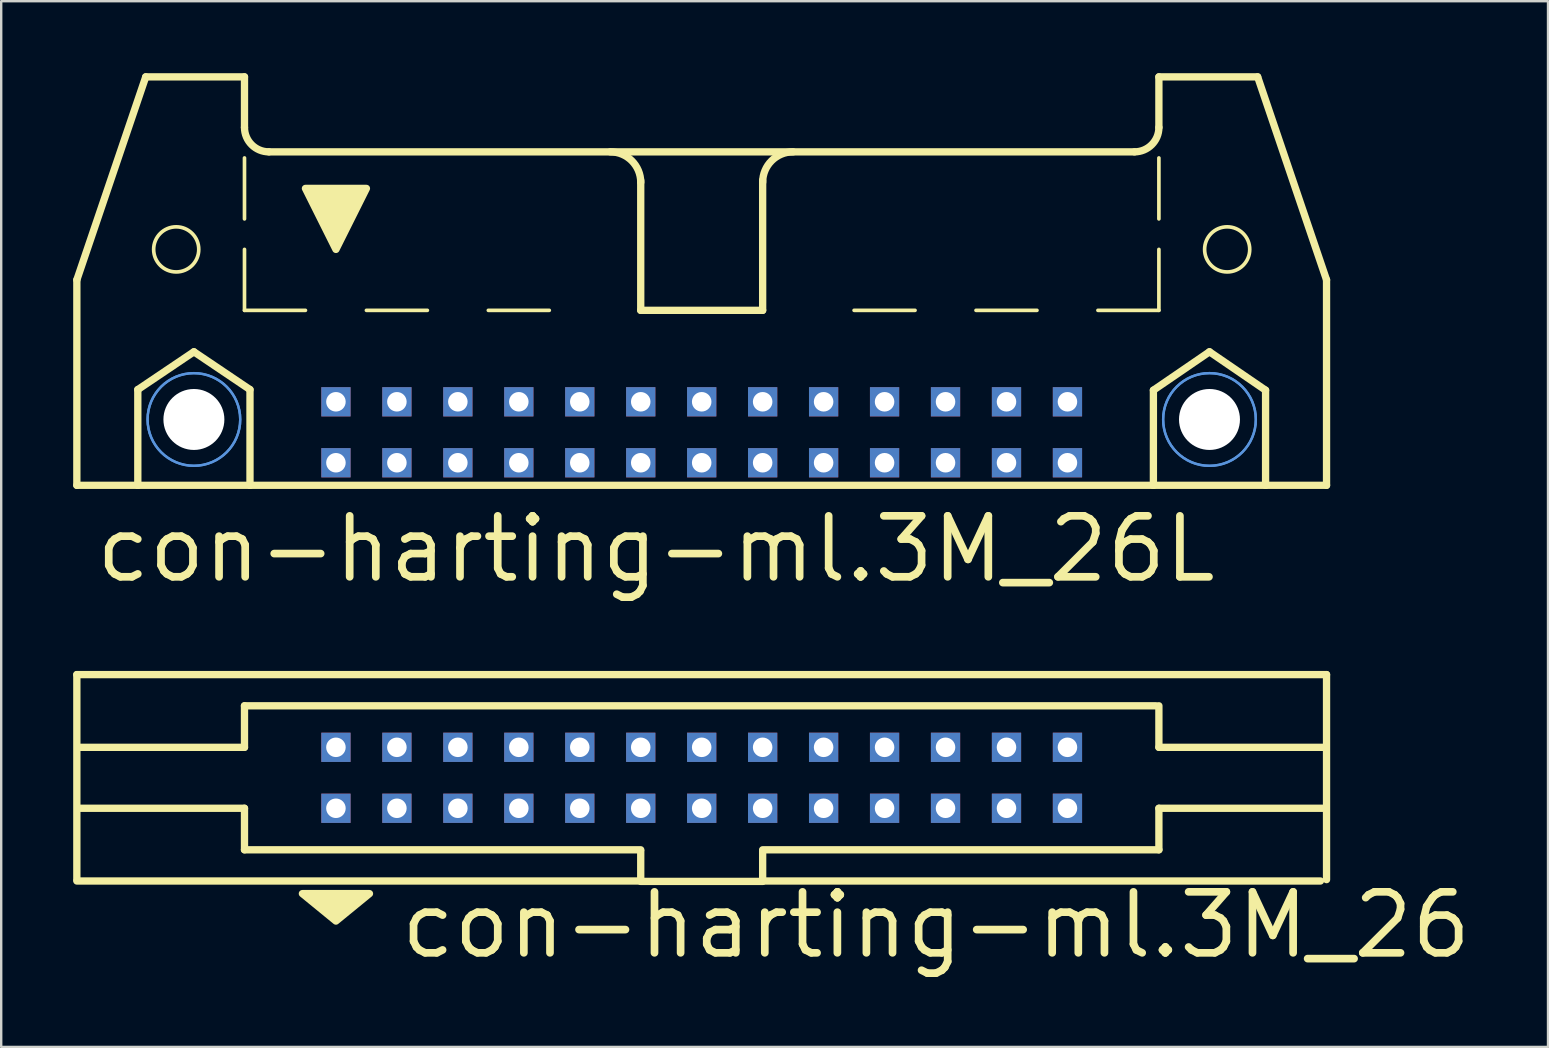
<source format=kicad_pcb>
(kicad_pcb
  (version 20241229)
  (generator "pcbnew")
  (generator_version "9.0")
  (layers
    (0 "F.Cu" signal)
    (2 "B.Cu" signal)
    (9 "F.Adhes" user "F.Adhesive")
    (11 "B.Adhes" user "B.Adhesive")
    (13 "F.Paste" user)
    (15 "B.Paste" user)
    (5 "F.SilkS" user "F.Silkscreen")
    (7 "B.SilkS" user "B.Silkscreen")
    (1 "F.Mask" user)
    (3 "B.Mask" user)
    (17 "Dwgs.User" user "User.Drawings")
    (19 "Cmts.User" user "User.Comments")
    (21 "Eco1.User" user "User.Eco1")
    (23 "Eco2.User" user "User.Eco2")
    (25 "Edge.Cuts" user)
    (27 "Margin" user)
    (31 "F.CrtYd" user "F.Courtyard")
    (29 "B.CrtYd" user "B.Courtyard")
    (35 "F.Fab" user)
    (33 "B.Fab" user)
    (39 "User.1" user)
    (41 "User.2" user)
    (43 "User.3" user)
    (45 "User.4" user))
  (footprint "con-harting-ml.3M_26"
    (layer "F.Cu")
    (at 26.187 29.358)
    (property "Reference" "con-harting-ml.3M_26" (at -12.7 7.62 0) (layer "F.SilkS") (effects (font (size 2.54 2.54) (thickness 0.32)) (justify left bottom)))
    (attr through_hole)
    (fp_line (start -26.035 -4.3) (end -26.035 4.242) (stroke (width 0.305) (type default)) (layer "F.SilkS"))
    (fp_line (start -26.035 4.3) (end -2.54 4.3) (stroke (width 0.305) (type default)) (layer "F.SilkS"))
    (fp_line (start -19.05 -1.27) (end -25.908 -1.27) (stroke (width 0.305) (type default)) (layer "F.SilkS"))
    (fp_line (start -19.05 -1.27) (end -19.05 -3) (stroke (width 0.305) (type default)) (layer "F.SilkS"))
    (fp_line (start -19.05 1.27) (end -25.908 1.27) (stroke (width 0.305) (type default)) (layer "F.SilkS"))
    (fp_line (start -19.05 3) (end -19.05 1.27) (stroke (width 0.305) (type default)) (layer "F.SilkS"))
    (fp_line (start -2.54 3) (end -19.05 3) (stroke (width 0.305) (type default)) (layer "F.SilkS"))
    (fp_line (start -2.54 4.3) (end -2.54 3.048) (stroke (width 0.305) (type default)) (layer "F.SilkS"))
    (fp_line (start -2.54 4.318) (end 2.54 4.318) (stroke (width 0.305) (type default)) (layer "F.SilkS"))
    (fp_line (start 2.54 3.048) (end 2.54 4.3) (stroke (width 0.305) (type default)) (layer "F.SilkS"))
    (fp_line (start 2.54 4.3) (end 25.781 4.3) (stroke (width 0.305) (type default)) (layer "F.SilkS"))
    (fp_line (start 18.923 -3) (end -19.05 -3) (stroke (width 0.305) (type default)) (layer "F.SilkS"))
    (fp_line (start 19.05 -1.27) (end 19.05 -3) (stroke (width 0.305) (type default)) (layer "F.SilkS"))
    (fp_line (start 19.05 -1.27) (end 25.908 -1.27) (stroke (width 0.305) (type default)) (layer "F.SilkS"))
    (fp_line (start 19.05 1.27) (end 25.908 1.27) (stroke (width 0.305) (type default)) (layer "F.SilkS"))
    (fp_line (start 19.05 3) (end 2.54 3) (stroke (width 0.305) (type default)) (layer "F.SilkS"))
    (fp_line (start 19.05 3) (end 19.05 1.27) (stroke (width 0.305) (type default)) (layer "F.SilkS"))
    (fp_line (start 26.035 -4.3) (end -26.035 -4.3) (stroke (width 0.305) (type default)) (layer "F.SilkS"))
    (fp_line (start 26.035 4.242) (end 26.035 -4.3) (stroke (width 0.305) (type default)) (layer "F.SilkS"))
    (fp_poly (pts (xy -16.637 4.826) (xy -13.843 4.826) (xy -15.24 5.969)) (stroke (width 0.305) (type default)) (fill yes) (layer "F.SilkS"))
    (pad "1" thru_hole rect (at -15.24 1.27) (size 1.219 1.219) (drill 0.813) (layers "*.Cu" "*.Mask"))
    (pad "2" thru_hole rect (at -15.24 -1.27) (size 1.219 1.219) (drill 0.813) (layers "*.Cu" "*.Mask"))
    (pad "3" thru_hole rect (at -12.7 1.27) (size 1.219 1.219) (drill 0.813) (layers "*.Cu" "*.Mask"))
    (pad "4" thru_hole rect (at -12.7 -1.27) (size 1.219 1.219) (drill 0.813) (layers "*.Cu" "*.Mask"))
    (pad "5" thru_hole rect (at -10.16 1.27) (size 1.219 1.219) (drill 0.813) (layers "*.Cu" "*.Mask"))
    (pad "6" thru_hole rect (at -10.16 -1.27) (size 1.219 1.219) (drill 0.813) (layers "*.Cu" "*.Mask"))
    (pad "7" thru_hole rect (at -7.62 1.27) (size 1.219 1.219) (drill 0.813) (layers "*.Cu" "*.Mask"))
    (pad "8" thru_hole rect (at -7.62 -1.27) (size 1.219 1.219) (drill 0.813) (layers "*.Cu" "*.Mask"))
    (pad "9" thru_hole rect (at -5.08 1.27) (size 1.219 1.219) (drill 0.813) (layers "*.Cu" "*.Mask"))
    (pad "10" thru_hole rect (at -5.08 -1.27) (size 1.219 1.219) (drill 0.813) (layers "*.Cu" "*.Mask"))
    (pad "11" thru_hole rect (at -2.54 1.27) (size 1.219 1.219) (drill 0.813) (layers "*.Cu" "*.Mask"))
    (pad "12" thru_hole rect (at -2.54 -1.27) (size 1.219 1.219) (drill 0.813) (layers "*.Cu" "*.Mask"))
    (pad "13" thru_hole rect (at 0 1.27) (size 1.219 1.219) (drill 0.813) (layers "*.Cu" "*.Mask"))
    (pad "14" thru_hole rect (at 0 -1.27) (size 1.219 1.219) (drill 0.813) (layers "*.Cu" "*.Mask"))
    (pad "15" thru_hole rect (at 2.54 1.27) (size 1.219 1.219) (drill 0.813) (layers "*.Cu" "*.Mask"))
    (pad "16" thru_hole rect (at 2.54 -1.27) (size 1.219 1.219) (drill 0.813) (layers "*.Cu" "*.Mask"))
    (pad "17" thru_hole rect (at 5.08 1.27) (size 1.219 1.219) (drill 0.813) (layers "*.Cu" "*.Mask"))
    (pad "18" thru_hole rect (at 5.08 -1.27) (size 1.219 1.219) (drill 0.813) (layers "*.Cu" "*.Mask"))
    (pad "19" thru_hole rect (at 7.62 1.27) (size 1.219 1.219) (drill 0.813) (layers "*.Cu" "*.Mask"))
    (pad "20" thru_hole rect (at 7.62 -1.27) (size 1.219 1.219) (drill 0.813) (layers "*.Cu" "*.Mask"))
    (pad "21" thru_hole rect (at 10.16 1.27) (size 1.219 1.219) (drill 0.813) (layers "*.Cu" "*.Mask"))
    (pad "22" thru_hole rect (at 10.16 -1.27) (size 1.219 1.219) (drill 0.813) (layers "*.Cu" "*.Mask"))
    (pad "23" thru_hole rect (at 12.7 1.27) (size 1.219 1.219) (drill 0.813) (layers "*.Cu" "*.Mask"))
    (pad "24" thru_hole rect (at 12.7 -1.27) (size 1.219 1.219) (drill 0.813) (layers "*.Cu" "*.Mask"))
    (pad "25" thru_hole rect (at 15.24 1.27) (size 1.219 1.219) (drill 0.813) (layers "*.Cu" "*.Mask"))
    (pad "26" thru_hole rect (at 15.24 -1.27) (size 1.219 1.219) (drill 0.813) (layers "*.Cu" "*.Mask")))
  (footprint "con-harting-ml.3M_26L"
    (layer "F.Cu")
    (at 26.187 11.151)
    (property "Reference" "con-harting-ml.3M_26L" (at -25.4 10.16 0) (layer "F.SilkS") (effects (font (size 2.54 2.54) (thickness 0.32)) (justify left bottom)))
    (attr through_hole)
    (fp_line (start -26.035 -2.54) (end -26.035 6.02) (stroke (width 0.305) (type default)) (layer "F.SilkS"))
    (fp_line (start -26.035 -2.54) (end -23.165 -10.998) (stroke (width 0.305) (type default)) (layer "F.SilkS"))
    (fp_line (start -26.035 6.02) (end -23.495 6.02) (stroke (width 0.305) (type default)) (layer "F.SilkS"))
    (fp_line (start -23.495 2.032) (end -21.158 0.457) (stroke (width 0.305) (type default)) (layer "F.SilkS"))
    (fp_line (start -23.495 6.02) (end -23.495 2.032) (stroke (width 0.305) (type default)) (layer "F.SilkS"))
    (fp_line (start -23.495 6.02) (end -18.821 6.02) (stroke (width 0.305) (type default)) (layer "F.SilkS"))
    (fp_line (start -21.158 0.457) (end -18.821 2.032) (stroke (width 0.305) (type default)) (layer "F.SilkS"))
    (fp_line (start -19.05 -10.998) (end -23.165 -10.998) (stroke (width 0.305) (type default)) (layer "F.SilkS"))
    (fp_line (start -19.05 -8.89) (end -19.05 -10.998) (stroke (width 0.305) (type default)) (layer "F.SilkS"))
    (fp_line (start -19.05 -5.08) (end -19.05 -7.62) (stroke (width 0.152) (type default)) (layer "F.SilkS"))
    (fp_line (start -19.05 -1.27) (end -19.05 -3.81) (stroke (width 0.152) (type default)) (layer "F.SilkS"))
    (fp_line (start -19.05 -1.27) (end -16.51 -1.27) (stroke (width 0.152) (type default)) (layer "F.SilkS"))
    (fp_line (start -18.821 2.032) (end -18.821 6.02) (stroke (width 0.305) (type default)) (layer "F.SilkS"))
    (fp_line (start -18.821 6.02) (end 18.821 6.02) (stroke (width 0.305) (type default)) (layer "F.SilkS"))
    (fp_line (start -18.034 -7.874) (end 18.034 -7.874) (stroke (width 0.305) (type default)) (layer "F.SilkS"))
    (fp_line (start -13.97 -1.27) (end -11.43 -1.27) (stroke (width 0.152) (type default)) (layer "F.SilkS"))
    (fp_line (start -8.89 -1.27) (end -6.35 -1.27) (stroke (width 0.152) (type default)) (layer "F.SilkS"))
    (fp_line (start -2.54 -1.27) (end -2.54 -6.68) (stroke (width 0.305) (type default)) (layer "F.SilkS"))
    (fp_line (start 0 -1.27) (end 2.54 -1.27) (stroke (width 0.152) (type default)) (layer "F.SilkS"))
    (fp_line (start 2.54 -1.27) (end -2.54 -1.27) (stroke (width 0.305) (type default)) (layer "F.SilkS"))
    (fp_line (start 2.54 -1.27) (end 2.54 -6.68) (stroke (width 0.305) (type default)) (layer "F.SilkS"))
    (fp_line (start 8.89 -1.27) (end 6.35 -1.27) (stroke (width 0.152) (type default)) (layer "F.SilkS"))
    (fp_line (start 13.97 -1.27) (end 11.43 -1.27) (stroke (width 0.152) (type default)) (layer "F.SilkS"))
    (fp_line (start 18.821 2.057) (end 21.158 0.457) (stroke (width 0.305) (type default)) (layer "F.SilkS"))
    (fp_line (start 18.821 6.02) (end 18.821 2.057) (stroke (width 0.305) (type default)) (layer "F.SilkS"))
    (fp_line (start 18.821 6.02) (end 23.495 6.02) (stroke (width 0.305) (type default)) (layer "F.SilkS"))
    (fp_line (start 19.05 -10.998) (end 23.165 -10.998) (stroke (width 0.305) (type default)) (layer "F.SilkS"))
    (fp_line (start 19.05 -8.89) (end 19.05 -10.998) (stroke (width 0.305) (type default)) (layer "F.SilkS"))
    (fp_line (start 19.05 -5.08) (end 19.05 -7.62) (stroke (width 0.152) (type default)) (layer "F.SilkS"))
    (fp_line (start 19.05 -1.27) (end 16.51 -1.27) (stroke (width 0.152) (type default)) (layer "F.SilkS"))
    (fp_line (start 19.05 -1.27) (end 19.05 -3.81) (stroke (width 0.152) (type default)) (layer "F.SilkS"))
    (fp_line (start 21.158 0.457) (end 23.495 2.057) (stroke (width 0.305) (type default)) (layer "F.SilkS"))
    (fp_line (start 23.495 2.057) (end 23.495 6.02) (stroke (width 0.305) (type default)) (layer "F.SilkS"))
    (fp_line (start 23.495 6.02) (end 26.035 6.02) (stroke (width 0.305) (type default)) (layer "F.SilkS"))
    (fp_line (start 26.035 -2.54) (end 23.165 -10.998) (stroke (width 0.305) (type default)) (layer "F.SilkS"))
    (fp_line (start 26.035 6.02) (end 26.035 -2.54) (stroke (width 0.305) (type default)) (layer "F.SilkS"))
    (fp_arc (start -18.034 -7.874) (mid -18.75242 -8.17158) (end -19.05 -8.89) (stroke (width 0.3048) (type default)) (layer "F.SilkS"))
    (fp_arc (start -3.81 -7.874) (mid -2.911974 -7.502026) (end -2.54 -6.604) (stroke (width 0.3048) (type default)) (layer "F.SilkS"))
    (fp_arc (start 2.54 -6.604) (mid 2.911974 -7.502026) (end 3.81 -7.874) (stroke (width 0.3048) (type default)) (layer "F.SilkS"))
    (fp_arc (start 19.05 -8.89) (mid 18.75242 -8.17158) (end 18.034 -7.874) (stroke (width 0.3048) (type default)) (layer "F.SilkS"))
    (fp_circle (center -21.895 -3.81) (end -20.955 -3.81) (stroke (width 0.152) (type default)) (fill no) (layer "F.SilkS"))
    (fp_circle (center 21.895 -3.81) (end 22.835 -3.81) (stroke (width 0.152) (type default)) (fill no) (layer "F.SilkS"))
    (fp_poly (pts (xy -16.51 -6.35) (xy -13.97 -6.35) (xy -15.24 -3.81)) (stroke (width 0.305) (type default)) (fill yes) (layer "F.SilkS"))
    (fp_circle (center -21.158 3.277) (end -19.228 3.277) (stroke (width 0.1) (type default)) (fill no) (layer "Cmts.User"))
    (fp_circle (center -21.158 3.277) (end -19.228 3.277) (stroke (width 0.1) (type default)) (fill no) (layer "Cmts.User"))
    (fp_circle (center 21.158 3.277) (end 23.089 3.277) (stroke (width 0.1) (type default)) (fill no) (layer "Cmts.User"))
    (fp_circle (center 21.158 3.277) (end 23.089 3.277) (stroke (width 0.1) (type default)) (fill no) (layer "Cmts.User"))
    (pad "" np_thru_hole circle (at -21.158 3.277) (size 2.54 2.54) (drill 2.54) (layers "*.Cu" "*.Mask"))
    (pad "" np_thru_hole circle (at 21.158 3.277) (size 2.54 2.54) (drill 2.54) (layers "*.Cu" "*.Mask"))
    (pad "1" thru_hole rect (at -15.24 5.08) (size 1.219 1.219) (drill 0.813) (layers "*.Cu" "*.Mask"))
    (pad "2" thru_hole rect (at -15.24 2.54) (size 1.219 1.219) (drill 0.813) (layers "*.Cu" "*.Mask"))
    (pad "3" thru_hole rect (at -12.7 5.08) (size 1.219 1.219) (drill 0.813) (layers "*.Cu" "*.Mask"))
    (pad "4" thru_hole rect (at -12.7 2.54) (size 1.219 1.219) (drill 0.813) (layers "*.Cu" "*.Mask"))
    (pad "5" thru_hole rect (at -10.16 5.08) (size 1.219 1.219) (drill 0.813) (layers "*.Cu" "*.Mask"))
    (pad "6" thru_hole rect (at -10.16 2.54) (size 1.219 1.219) (drill 0.813) (layers "*.Cu" "*.Mask"))
    (pad "7" thru_hole rect (at -7.62 5.08) (size 1.219 1.219) (drill 0.813) (layers "*.Cu" "*.Mask"))
    (pad "8" thru_hole rect (at -7.62 2.54) (size 1.219 1.219) (drill 0.813) (layers "*.Cu" "*.Mask"))
    (pad "9" thru_hole rect (at -5.08 5.08) (size 1.219 1.219) (drill 0.813) (layers "*.Cu" "*.Mask"))
    (pad "10" thru_hole rect (at -5.08 2.54) (size 1.219 1.219) (drill 0.813) (layers "*.Cu" "*.Mask"))
    (pad "11" thru_hole rect (at -2.54 5.08) (size 1.219 1.219) (drill 0.813) (layers "*.Cu" "*.Mask"))
    (pad "12" thru_hole rect (at -2.54 2.54) (size 1.219 1.219) (drill 0.813) (layers "*.Cu" "*.Mask"))
    (pad "13" thru_hole rect (at 0 5.08) (size 1.219 1.219) (drill 0.813) (layers "*.Cu" "*.Mask"))
    (pad "14" thru_hole rect (at 0 2.54) (size 1.219 1.219) (drill 0.813) (layers "*.Cu" "*.Mask"))
    (pad "15" thru_hole rect (at 2.54 5.08) (size 1.219 1.219) (drill 0.813) (layers "*.Cu" "*.Mask"))
    (pad "16" thru_hole rect (at 2.54 2.54) (size 1.219 1.219) (drill 0.813) (layers "*.Cu" "*.Mask"))
    (pad "17" thru_hole rect (at 5.08 5.08) (size 1.219 1.219) (drill 0.813) (layers "*.Cu" "*.Mask"))
    (pad "18" thru_hole rect (at 5.08 2.54) (size 1.219 1.219) (drill 0.813) (layers "*.Cu" "*.Mask"))
    (pad "19" thru_hole rect (at 7.62 5.08) (size 1.219 1.219) (drill 0.813) (layers "*.Cu" "*.Mask"))
    (pad "20" thru_hole rect (at 7.62 2.54) (size 1.219 1.219) (drill 0.813) (layers "*.Cu" "*.Mask"))
    (pad "21" thru_hole rect (at 10.16 5.08) (size 1.219 1.219) (drill 0.813) (layers "*.Cu" "*.Mask"))
    (pad "22" thru_hole rect (at 10.16 2.54) (size 1.219 1.219) (drill 0.813) (layers "*.Cu" "*.Mask"))
    (pad "23" thru_hole rect (at 12.7 5.08) (size 1.219 1.219) (drill 0.813) (layers "*.Cu" "*.Mask"))
    (pad "24" thru_hole rect (at 12.7 2.54) (size 1.219 1.219) (drill 0.813) (layers "*.Cu" "*.Mask"))
    (pad "25" thru_hole rect (at 15.24 5.08) (size 1.219 1.219) (drill 0.813) (layers "*.Cu" "*.Mask"))
    (pad "26" thru_hole rect (at 15.24 2.54) (size 1.219 1.219) (drill 0.813) (layers "*.Cu" "*.Mask")))
  (gr_rect
    (start -3 -3)
    (end 61.45 40.573)
    (stroke (width 0.1) (type default))
    (fill no)
    (layer "Edge.Cuts")))
</source>
